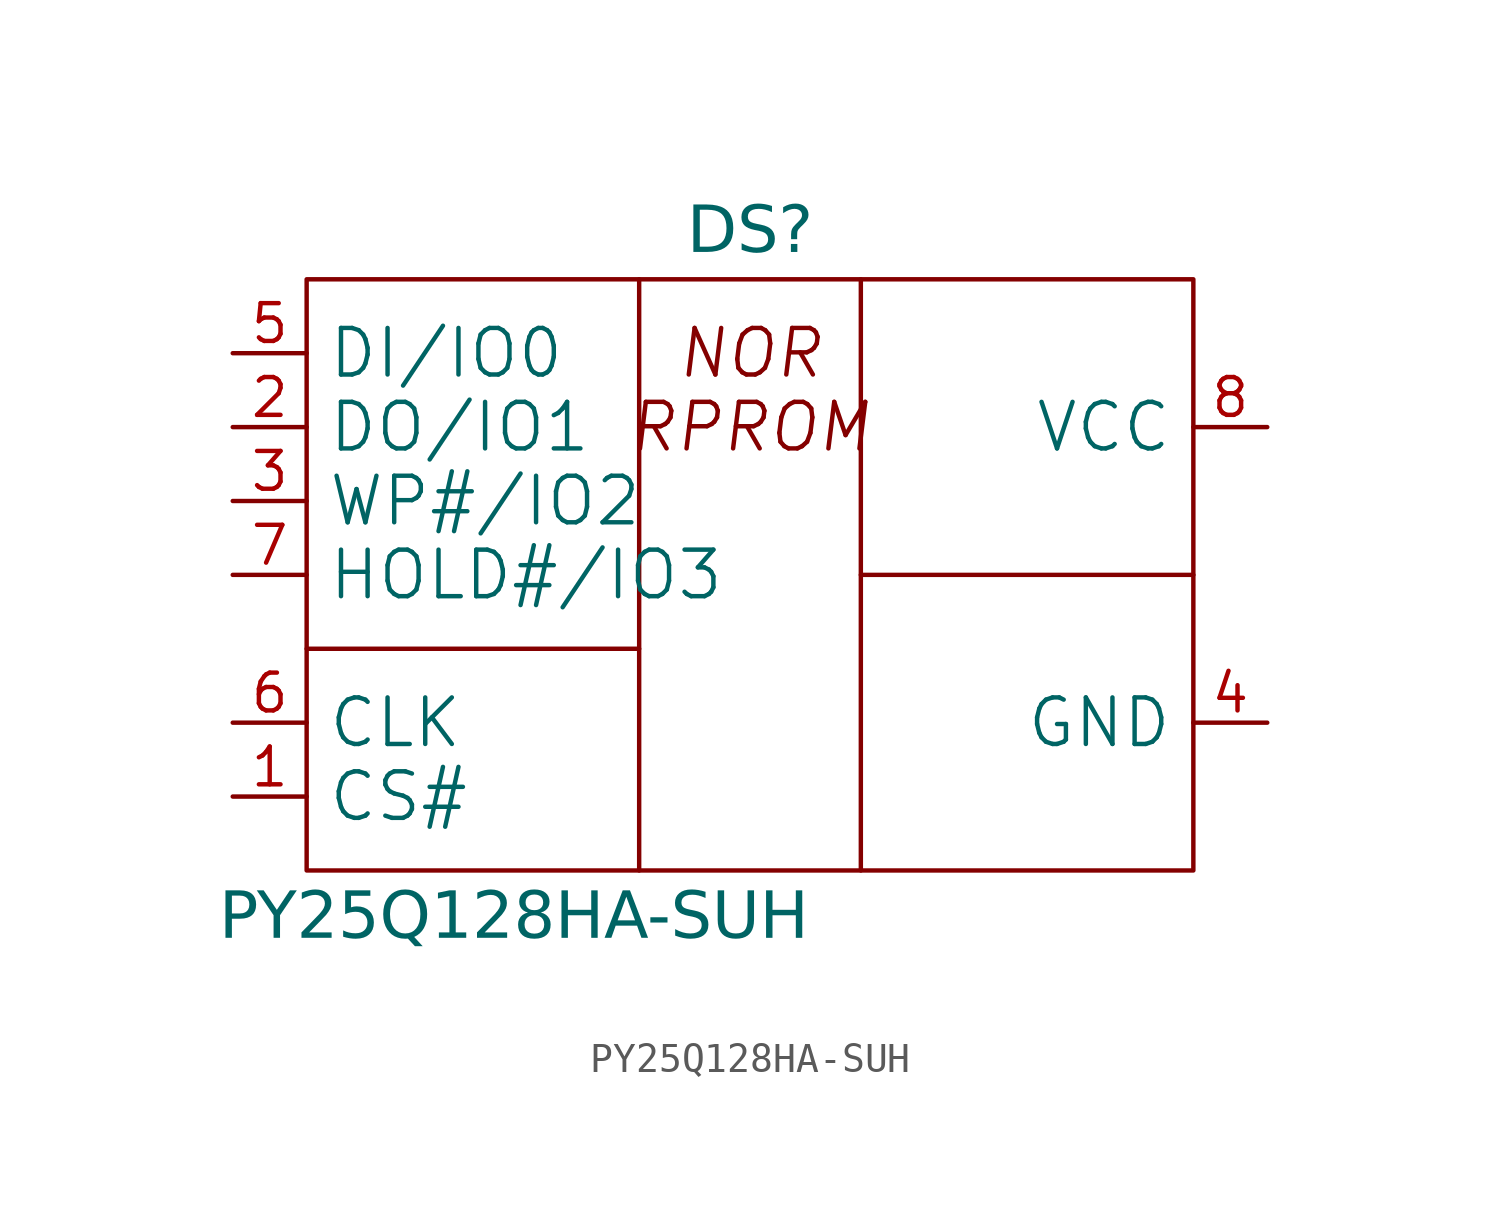
<source format=kicad_sym>
(kicad_symbol_lib
  (version 20231120)
  (generator "kicad_symbol_editor")
  (generator_version "8.0")
  (symbol "PY25Q128HA-SUH"
    (pin_names
      (offset 0.7))
    (property "Reference" "DS"
      (at 0 5.08 0)
      (effects (font (face "GOST type A") (size 1.6 1.6) (italic yes)) (justify top)))
    (property "Value" "PY25Q128HA-SUH"
      (at -8.117 -19.432 0)
      (effects (font (face "GOST type A") (size 1.6 1.6) (italic yes))))
    (symbol "PY25Q128HA-SUH_0_1"
      (polyline (pts (xy -3.81 2.54) (xy -3.81 -17.78)) (stroke (width 0) (type default)) (fill (type none)))
      (polyline (pts (xy 3.81 2.54) (xy 3.81 -17.78)) (stroke (width 0) (type default)) (fill (type none))))
    (symbol "PY25Q128HA-SUH_1_1"
      (polyline (pts (xy -15.24 -10.16) (xy -3.81 -10.16)) (stroke (width 0) (type default)) (fill (type none)))
      (polyline (pts (xy 3.81 -7.62) (xy 15.24 -7.62)) (stroke (width 0) (type default)) (fill (type none)))
      (polyline (pts (xy -15.24 -17.78) (xy -15.24 2.54) (xy 15.24 2.54) (xy 15.24 -17.78) (xy -15.24 -17.78) (xy -12.7 -17.78)) (stroke (width 0) (type default)) (fill (type none)))
      (text "NOR" (at 0 0 0) (effects (font (size 1.6 1.6) (italic yes))))
      (text "RPROM" (at 0 -2.54 0) (effects (font (size 1.6 1.6) (italic yes))))
      (pin passive line (at -17.78 -15.24 0) (length 2.54) (name "CS#" (effects (font (size 1.6 1.6)))) (number "1" (effects (font (size 1.3 1.3)))))
      (pin passive line (at -17.78 -2.54 0) (length 2.54) (name "DO/IO1" (effects (font (size 1.6 1.6)))) (number "2" (effects (font (size 1.3 1.3)))))
      (pin passive line (at -17.78 -5.08 0) (length 2.54) (name "WP#/IO2" (effects (font (size 1.6 1.6)))) (number "3" (effects (font (size 1.3 1.3)))))
      (pin passive line (at 17.78 -12.7 180) (length 2.54) (name "GND" (effects (font (size 1.6 1.6)))) (number "4" (effects (font (size 1.3 1.3)))))
      (pin passive line (at -17.78 0 0) (length 2.54) (name "DI/IO0" (effects (font (size 1.6 1.6)))) (number "5" (effects (font (size 1.3 1.3)))))
      (pin passive line (at -17.78 -12.7 0) (length 2.54) (name "CLK" (effects (font (size 1.6 1.6)))) (number "6" (effects (font (size 1.3 1.3)))))
      (pin passive line (at -17.78 -7.62 0) (length 2.54) (name "HOLD#/IO3" (effects (font (size 1.6 1.6)))) (number "7" (effects (font (size 1.3 1.3)))))
      (pin passive line (at 17.78 -2.54 180) (length 2.54) (name "VCC" (effects (font (size 1.6 1.6)))) (number "8" (effects (font (size 1.3 1.3))))))))
</source>
